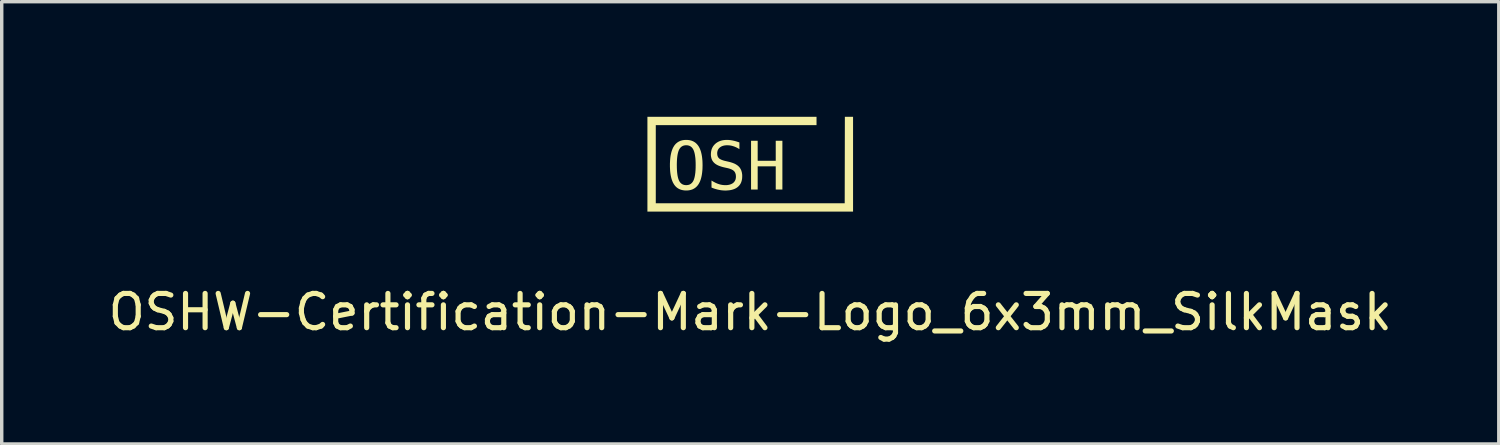
<source format=kicad_pcb>
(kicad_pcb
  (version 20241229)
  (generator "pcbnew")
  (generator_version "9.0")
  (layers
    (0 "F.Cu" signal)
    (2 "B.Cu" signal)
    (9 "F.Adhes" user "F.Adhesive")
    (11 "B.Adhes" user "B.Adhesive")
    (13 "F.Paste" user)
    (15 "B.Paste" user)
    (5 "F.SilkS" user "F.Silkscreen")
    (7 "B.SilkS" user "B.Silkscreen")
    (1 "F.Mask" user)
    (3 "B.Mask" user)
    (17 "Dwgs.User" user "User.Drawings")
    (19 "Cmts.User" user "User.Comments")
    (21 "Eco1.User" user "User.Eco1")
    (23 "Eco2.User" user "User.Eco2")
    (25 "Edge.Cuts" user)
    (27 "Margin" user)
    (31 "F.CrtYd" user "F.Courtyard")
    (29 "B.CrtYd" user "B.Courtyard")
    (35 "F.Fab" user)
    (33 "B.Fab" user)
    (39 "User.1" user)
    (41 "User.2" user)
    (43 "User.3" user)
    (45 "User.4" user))
  (footprint "OSHW-Certification-Mark-Logo_6x3mm_SilkMask"
    (layer "F.Cu")
    (at 18.839 1.556)
    (property "Reference" "OSHW-Certification-Mark-Logo_6x3mm_SilkMask" (at 0 4.5 0) (unlocked yes) (layer "F.SilkS") (effects (font (size 1 1) (thickness 0.15))))
    (attr board_only exclude_from_pos_files exclude_from_bom allow_missing_courtyard)
    (fp_poly (pts (xy 2.03 0.924) (xy 1.848 0.924) (xy 1.655 0.079) (xy 1.462 0.924) (xy 1.28 0.924) (xy 1.068 -0.499) (xy 1.255 -0.499) (xy 1.392 0.656) (xy 1.554 -0.108) (xy 1.755 -0.108) (xy 1.919 0.658) (xy 2.38 -1.556) (xy 2.568 -1.556)) (stroke (width 0) (type solid)) (fill yes) (layer "F.Mask"))
    (fp_poly (pts (xy -1.391 0.214) (xy -1.391 0.214) (xy -1.391 0.214)) (stroke (width 0) (type solid)) (fill yes) (layer "F.SilkS"))
    (fp_poly (pts (xy -0.316 -0.45) (xy -0.316 -0.45) (xy -0.316 -0.45)) (stroke (width 0) (type solid)) (fill yes) (layer "F.SilkS"))
    (fp_poly (pts (xy 3 1.568) (xy -3 1.568) (xy -3 -1.199) (xy -3 -1.199) (xy 1.934 -1.199) (xy 1.934 -0.955) (xy -2.756 -0.955) (xy -2.756 1.324) (xy 2.756 1.324) (xy 2.761 -1.199) (xy 3 -1.199)) (stroke (width 0) (type solid)) (fill yes) (layer "F.SilkS"))
    (fp_poly (pts (xy 0.217 0.085) (xy 0.744 0.085) (xy 0.744 -0.499) (xy 0.938 -0.499) (xy 0.938 0.924) (xy 0.744 0.924) (xy 0.744 0.247) (xy 0.217 0.247) (xy 0.217 0.924) (xy 0.024 0.924) (xy 0.024 -0.499) (xy 0.217 -0.499)) (stroke (width 0) (type solid)) (fill yes) (layer "F.SilkS"))
    (fp_poly (pts (xy -1.838 -0.524) (xy -1.809 -0.521) (xy -1.782 -0.518) (xy -1.755 -0.513) (xy -1.729 -0.506) (xy -1.704 -0.499) (xy -1.681 -0.489) (xy -1.658 -0.479) (xy -1.636 -0.466) (xy -1.615 -0.453) (xy -1.595 -0.438) (xy -1.576 -0.421) (xy -1.558 -0.404) (xy -1.541 -0.384) (xy -1.525 -0.364) (xy -1.509 -0.341) (xy -1.495 -0.318) (xy -1.482 -0.293) (xy -1.469 -0.266) (xy -1.458 -0.238) (xy -1.447 -0.208) (xy -1.437 -0.177) (xy -1.429 -0.145) (xy -1.421 -0.111) (xy -1.414 -0.076) (xy -1.408 -0.039) (xy -1.403 -0.00015) (xy -1.399 0.04) (xy -1.395 0.081) (xy -1.393 0.124) (xy -1.392 0.168) (xy -1.391 0.214) (xy -1.392 0.26) (xy -1.393 0.304) (xy -1.395 0.347) (xy -1.399 0.388) (xy -1.403 0.428) (xy -1.408 0.466) (xy -1.414 0.503) (xy -1.421 0.539) (xy -1.429 0.573) (xy -1.437 0.605) (xy -1.447 0.636) (xy -1.458 0.666) (xy -1.469 0.694) (xy -1.482 0.72) (xy -1.495 0.745) (xy -1.509 0.769) (xy -1.517 0.78) (xy -1.525 0.791) (xy -1.533 0.802) (xy -1.541 0.812) (xy -1.549 0.822) (xy -1.558 0.831) (xy -1.567 0.84) (xy -1.576 0.849) (xy -1.585 0.857) (xy -1.595 0.865) (xy -1.605 0.873) (xy -1.615 0.88) (xy -1.625 0.887) (xy -1.636 0.894) (xy -1.647 0.9) (xy -1.658 0.906) (xy -1.669 0.912) (xy -1.681 0.917) (xy -1.692 0.922) (xy -1.704 0.926) (xy -1.717 0.93) (xy -1.729 0.934) (xy -1.742 0.937) (xy -1.755 0.94) (xy -1.768 0.943) (xy -1.782 0.945) (xy -1.809 0.949) (xy -1.838 0.951) (xy -1.868 0.952) (xy -1.897 0.951) (xy -1.926 0.949) (xy -1.954 0.945) (xy -1.981 0.94) (xy -2.006 0.934) (xy -2.031 0.926) (xy -2.055 0.917) (xy -2.078 0.906) (xy -2.1 0.894) (xy -2.121 0.881) (xy -2.141 0.866) (xy -2.16 0.849) (xy -2.178 0.832) (xy -2.195 0.812) (xy -2.211 0.792) (xy -2.226 0.77) (xy -2.24 0.746) (xy -2.254 0.721) (xy -2.266 0.695) (xy -2.277 0.667) (xy -2.288 0.637) (xy -2.298 0.606) (xy -2.306 0.574) (xy -2.314 0.54) (xy -2.321 0.504) (xy -2.327 0.467) (xy -2.332 0.429) (xy -2.336 0.389) (xy -2.339 0.348) (xy -2.341 0.305) (xy -2.343 0.26) (xy -2.343 0.214) (xy -2.142 0.214) (xy -2.141 0.29) (xy -2.138 0.359) (xy -2.133 0.424) (xy -2.126 0.482) (xy -2.122 0.509) (xy -2.117 0.535) (xy -2.112 0.56) (xy -2.106 0.583) (xy -2.1 0.605) (xy -2.093 0.625) (xy -2.086 0.644) (xy -2.078 0.661) (xy -2.07 0.677) (xy -2.066 0.685) (xy -2.061 0.693) (xy -2.056 0.7) (xy -2.051 0.707) (xy -2.046 0.714) (xy -2.041 0.72) (xy -2.036 0.726) (xy -2.03 0.732) (xy -2.024 0.738) (xy -2.018 0.743) (xy -2.012 0.748) (xy -2.006 0.753) (xy -2 0.758) (xy -1.993 0.762) (xy -1.987 0.766) (xy -1.98 0.77) (xy -1.973 0.773) (xy -1.966 0.777) (xy -1.958 0.78) (xy -1.951 0.782) (xy -1.943 0.785) (xy -1.936 0.787) (xy -1.928 0.789) (xy -1.92 0.791) (xy -1.911 0.792) (xy -1.903 0.793) (xy -1.894 0.794) (xy -1.886 0.795) (xy -1.868 0.796) (xy -1.85 0.795) (xy -1.832 0.793) (xy -1.816 0.791) (xy -1.8 0.787) (xy -1.784 0.783) (xy -1.769 0.777) (xy -1.755 0.77) (xy -1.742 0.762) (xy -1.729 0.753) (xy -1.717 0.743) (xy -1.705 0.732) (xy -1.694 0.72) (xy -1.684 0.707) (xy -1.674 0.693) (xy -1.665 0.678) (xy -1.657 0.662) (xy -1.649 0.645) (xy -1.642 0.626) (xy -1.635 0.605) (xy -1.629 0.584) (xy -1.623 0.561) (xy -1.618 0.536) (xy -1.613 0.51) (xy -1.609 0.483) (xy -1.605 0.454) (xy -1.601 0.424) (xy -1.599 0.393) (xy -1.596 0.36) (xy -1.595 0.325) (xy -1.593 0.29) (xy -1.593 0.253) (xy -1.592 0.214) (xy -1.593 0.139) (xy -1.596 0.069) (xy -1.601 0.004) (xy -1.609 -0.055) (xy -1.613 -0.082) (xy -1.618 -0.108) (xy -1.623 -0.132) (xy -1.629 -0.155) (xy -1.635 -0.177) (xy -1.642 -0.197) (xy -1.649 -0.216) (xy -1.657 -0.234) (xy -1.665 -0.25) (xy -1.67 -0.258) (xy -1.674 -0.265) (xy -1.679 -0.272) (xy -1.684 -0.279) (xy -1.689 -0.286) (xy -1.694 -0.292) (xy -1.7 -0.299) (xy -1.705 -0.305) (xy -1.711 -0.31) (xy -1.717 -0.316) (xy -1.723 -0.321) (xy -1.729 -0.326) (xy -1.735 -0.33) (xy -1.742 -0.334) (xy -1.748 -0.339) (xy -1.755 -0.342) (xy -1.762 -0.346) (xy -1.769 -0.349) (xy -1.777 -0.352) (xy -1.784 -0.355) (xy -1.792 -0.357) (xy -1.8 -0.36) (xy -1.808 -0.362) (xy -1.816 -0.363) (xy -1.824 -0.365) (xy -1.832 -0.366) (xy -1.841 -0.367) (xy -1.85 -0.368) (xy -1.868 -0.368) (xy -1.886 -0.368) (xy -1.903 -0.366) (xy -1.92 -0.363) (xy -1.936 -0.36) (xy -1.951 -0.355) (xy -1.966 -0.349) (xy -1.98 -0.342) (xy -1.993 -0.334) (xy -2.006 -0.326) (xy -2.018 -0.316) (xy -2.03 -0.305) (xy -2.041 -0.292) (xy -2.051 -0.279) (xy -2.061 -0.265) (xy -2.07 -0.25) (xy -2.078 -0.234) (xy -2.086 -0.216) (xy -2.093 -0.197) (xy -2.1 -0.177) (xy -2.106 -0.155) (xy -2.112 -0.132) (xy -2.117 -0.108) (xy -2.122 -0.082) (xy -2.126 -0.055) (xy -2.13 -0.026) (xy -2.133 0.004) (xy -2.136 0.036) (xy -2.138 0.069) (xy -2.14 0.103) (xy -2.141 0.139) (xy -2.142 0.176) (xy -2.142 0.214) (xy -2.343 0.214) (xy -2.343 0.168) (xy -2.341 0.124) (xy -2.339 0.081) (xy -2.336 0.04) (xy -2.332 -0.00015) (xy -2.327 -0.039) (xy -2.321 -0.076) (xy -2.314 -0.111) (xy -2.306 -0.145) (xy -2.298 -0.177) (xy -2.288 -0.208) (xy -2.277 -0.238) (xy -2.266 -0.266) (xy -2.254 -0.293) (xy -2.24 -0.318) (xy -2.226 -0.341) (xy -2.219 -0.353) (xy -2.211 -0.364) (xy -2.203 -0.374) (xy -2.195 -0.384) (xy -2.186 -0.394) (xy -2.178 -0.404) (xy -2.169 -0.413) (xy -2.159 -0.421) (xy -2.15 -0.43) (xy -2.14 -0.438) (xy -2.13 -0.446) (xy -2.12 -0.453) (xy -2.11 -0.46) (xy -2.099 -0.466) (xy -2.089 -0.473) (xy -2.077 -0.479) (xy -2.066 -0.484) (xy -2.055 -0.489) (xy -2.043 -0.494) (xy -2.031 -0.499) (xy -2.018 -0.503) (xy -2.006 -0.506) (xy -1.993 -0.51) (xy -1.98 -0.513) (xy -1.954 -0.518) (xy -1.926 -0.521) (xy -1.897 -0.524) (xy -1.868 -0.524)) (stroke (width 0) (type solid)) (fill yes) (layer "F.SilkS"))
    (fp_poly (pts (xy -0.658 -0.524) (xy -0.638 -0.523) (xy -0.616 -0.521) (xy -0.595 -0.519) (xy -0.573 -0.517) (xy -0.551 -0.513) (xy -0.529 -0.51) (xy -0.507 -0.505) (xy -0.484 -0.5) (xy -0.461 -0.495) (xy -0.437 -0.489) (xy -0.414 -0.482) (xy -0.39 -0.475) (xy -0.365 -0.467) (xy -0.341 -0.459) (xy -0.316 -0.45) (xy -0.316 -0.254) (xy -0.338 -0.268) (xy -0.36 -0.281) (xy -0.382 -0.293) (xy -0.404 -0.304) (xy -0.426 -0.314) (xy -0.448 -0.323) (xy -0.47 -0.332) (xy -0.492 -0.339) (xy -0.514 -0.346) (xy -0.536 -0.352) (xy -0.558 -0.357) (xy -0.58 -0.361) (xy -0.603 -0.364) (xy -0.625 -0.366) (xy -0.647 -0.367) (xy -0.67 -0.368) (xy -0.686 -0.368) (xy -0.703 -0.367) (xy -0.719 -0.366) (xy -0.734 -0.364) (xy -0.749 -0.362) (xy -0.764 -0.359) (xy -0.778 -0.356) (xy -0.792 -0.352) (xy -0.805 -0.348) (xy -0.818 -0.343) (xy -0.83 -0.338) (xy -0.842 -0.332) (xy -0.853 -0.326) (xy -0.864 -0.319) (xy -0.875 -0.312) (xy -0.885 -0.304) (xy -0.895 -0.296) (xy -0.903 -0.288) (xy -0.912 -0.279) (xy -0.92 -0.27) (xy -0.927 -0.26) (xy -0.933 -0.25) (xy -0.939 -0.24) (xy -0.944 -0.23) (xy -0.949 -0.219) (xy -0.953 -0.208) (xy -0.956 -0.196) (xy -0.959 -0.184) (xy -0.961 -0.172) (xy -0.963 -0.16) (xy -0.964 -0.147) (xy -0.964 -0.133) (xy -0.964 -0.122) (xy -0.963 -0.11) (xy -0.962 -0.1) (xy -0.961 -0.089) (xy -0.959 -0.079) (xy -0.957 -0.069) (xy -0.954 -0.059) (xy -0.951 -0.05) (xy -0.948 -0.041) (xy -0.944 -0.033) (xy -0.94 -0.025) (xy -0.935 -0.017) (xy -0.93 -0.01) (xy -0.925 -0.003) (xy -0.919 0.004) (xy -0.913 0.011) (xy -0.906 0.017) (xy -0.898 0.023) (xy -0.89 0.029) (xy -0.881 0.034) (xy -0.871 0.04) (xy -0.861 0.045) (xy -0.85 0.051) (xy -0.838 0.056) (xy -0.825 0.061) (xy -0.812 0.066) (xy -0.798 0.071) (xy -0.784 0.076) (xy -0.768 0.08) (xy -0.752 0.085) (xy -0.736 0.089) (xy -0.718 0.093) (xy -0.617 0.116) (xy -0.593 0.122) (xy -0.569 0.129) (xy -0.546 0.136) (xy -0.524 0.143) (xy -0.503 0.151) (xy -0.482 0.159) (xy -0.463 0.167) (xy -0.444 0.176) (xy -0.426 0.186) (xy -0.409 0.196) (xy -0.393 0.206) (xy -0.378 0.216) (xy -0.364 0.227) (xy -0.35 0.239) (xy -0.337 0.251) (xy -0.326 0.263) (xy -0.314 0.276) (xy -0.304 0.289) (xy -0.294 0.303) (xy -0.286 0.318) (xy -0.277 0.333) (xy -0.27 0.348) (xy -0.263 0.364) (xy -0.257 0.381) (xy -0.252 0.399) (xy -0.247 0.416) (xy -0.243 0.435) (xy -0.24 0.454) (xy -0.237 0.473) (xy -0.235 0.494) (xy -0.234 0.514) (xy -0.234 0.536) (xy -0.235 0.561) (xy -0.236 0.585) (xy -0.238 0.608) (xy -0.242 0.631) (xy -0.246 0.653) (xy -0.252 0.674) (xy -0.258 0.695) (xy -0.265 0.715) (xy -0.274 0.734) (xy -0.283 0.752) (xy -0.293 0.769) (xy -0.305 0.786) (xy -0.317 0.802) (xy -0.33 0.817) (xy -0.345 0.832) (xy -0.36 0.845) (xy -0.376 0.858) (xy -0.393 0.87) (xy -0.411 0.882) (xy -0.43 0.892) (xy -0.45 0.902) (xy -0.47 0.91) (xy -0.492 0.918) (xy -0.514 0.925) (xy -0.538 0.932) (xy -0.562 0.937) (xy -0.587 0.942) (xy -0.613 0.945) (xy -0.64 0.948) (xy -0.668 0.95) (xy -0.696 0.952) (xy -0.726 0.952) (xy -0.751 0.952) (xy -0.776 0.951) (xy -0.801 0.949) (xy -0.826 0.947) (xy -0.851 0.944) (xy -0.876 0.94) (xy -0.902 0.935) (xy -0.927 0.93) (xy -0.952 0.925) (xy -0.977 0.918) (xy -1.003 0.911) (xy -1.028 0.904) (xy -1.054 0.895) (xy -1.079 0.886) (xy -1.104 0.877) (xy -1.13 0.866) (xy -1.13 0.661) (xy -1.103 0.678) (xy -1.076 0.694) (xy -1.049 0.708) (xy -1.023 0.722) (xy -0.998 0.734) (xy -0.972 0.745) (xy -0.948 0.755) (xy -0.923 0.763) (xy -0.899 0.771) (xy -0.874 0.778) (xy -0.849 0.783) (xy -0.825 0.788) (xy -0.8 0.791) (xy -0.775 0.794) (xy -0.751 0.795) (xy -0.726 0.796) (xy -0.708 0.796) (xy -0.69 0.795) (xy -0.673 0.794) (xy -0.657 0.792) (xy -0.641 0.789) (xy -0.626 0.787) (xy -0.611 0.783) (xy -0.596 0.78) (xy -0.582 0.775) (xy -0.569 0.77) (xy -0.556 0.765) (xy -0.544 0.759) (xy -0.532 0.753) (xy -0.52 0.746) (xy -0.509 0.739) (xy -0.499 0.731) (xy -0.489 0.723) (xy -0.48 0.714) (xy -0.471 0.705) (xy -0.464 0.695) (xy -0.456 0.685) (xy -0.45 0.674) (xy -0.444 0.664) (xy -0.438 0.652) (xy -0.433 0.641) (xy -0.429 0.629) (xy -0.426 0.616) (xy -0.423 0.603) (xy -0.421 0.59) (xy -0.419 0.577) (xy -0.418 0.562) (xy -0.418 0.548) (xy -0.418 0.535) (xy -0.419 0.522) (xy -0.42 0.51) (xy -0.421 0.498) (xy -0.423 0.486) (xy -0.426 0.475) (xy -0.429 0.464) (xy -0.432 0.454) (xy -0.436 0.444) (xy -0.44 0.434) (xy -0.445 0.425) (xy -0.45 0.416) (xy -0.455 0.408) (xy -0.461 0.4) (xy -0.467 0.392) (xy -0.474 0.385) (xy -0.481 0.378) (xy -0.489 0.371) (xy -0.498 0.365) (xy -0.507 0.359) (xy -0.517 0.352) (xy -0.527 0.347) (xy -0.538 0.341) (xy -0.55 0.335) (xy -0.563 0.33) (xy -0.576 0.325) (xy -0.589 0.32) (xy -0.604 0.315) (xy -0.619 0.311) (xy -0.634 0.306) (xy -0.651 0.302) (xy -0.668 0.298) (xy -0.771 0.275) (xy -0.795 0.269) (xy -0.818 0.263) (xy -0.841 0.256) (xy -0.863 0.249) (xy -0.884 0.242) (xy -0.904 0.234) (xy -0.923 0.227) (xy -0.942 0.218) (xy -0.959 0.21) (xy -0.976 0.201) (xy -0.992 0.191) (xy -1.007 0.182) (xy -1.021 0.172) (xy -1.034 0.161) (xy -1.047 0.15) (xy -1.058 0.139) (xy -1.069 0.128) (xy -1.079 0.116) (xy -1.089 0.103) (xy -1.098 0.09) (xy -1.106 0.077) (xy -1.113 0.063) (xy -1.12 0.048) (xy -1.126 0.033) (xy -1.131 0.018) (xy -1.135 0.002) (xy -1.139 -0.015) (xy -1.142 -0.031) (xy -1.145 -0.049) (xy -1.147 -0.067) (xy -1.148 -0.085) (xy -1.148 -0.104) (xy -1.147 -0.127) (xy -1.146 -0.15) (xy -1.143 -0.173) (xy -1.14 -0.194) (xy -1.135 -0.216) (xy -1.13 -0.236) (xy -1.124 -0.256) (xy -1.116 -0.275) (xy -1.108 -0.294) (xy -1.098 -0.312) (xy -1.088 -0.33) (xy -1.076 -0.347) (xy -1.064 -0.363) (xy -1.05 -0.379) (xy -1.036 -0.394) (xy -1.02 -0.409) (xy -1.004 -0.423) (xy -0.987 -0.436) (xy -0.969 -0.448) (xy -0.951 -0.459) (xy -0.932 -0.47) (xy -0.912 -0.479) (xy -0.892 -0.488) (xy -0.871 -0.495) (xy -0.849 -0.502) (xy -0.827 -0.508) (xy -0.804 -0.513) (xy -0.78 -0.517) (xy -0.756 -0.52) (xy -0.731 -0.522) (xy -0.705 -0.524) (xy -0.679 -0.524)) (stroke (width 0) (type solid)) (fill yes) (layer "F.SilkS")))
  (gr_rect
    (start -3 -3)
    (end 40.679 9.904)
    (stroke (width 0.1) (type default))
    (fill no)
    (layer "Edge.Cuts")))
</source>
